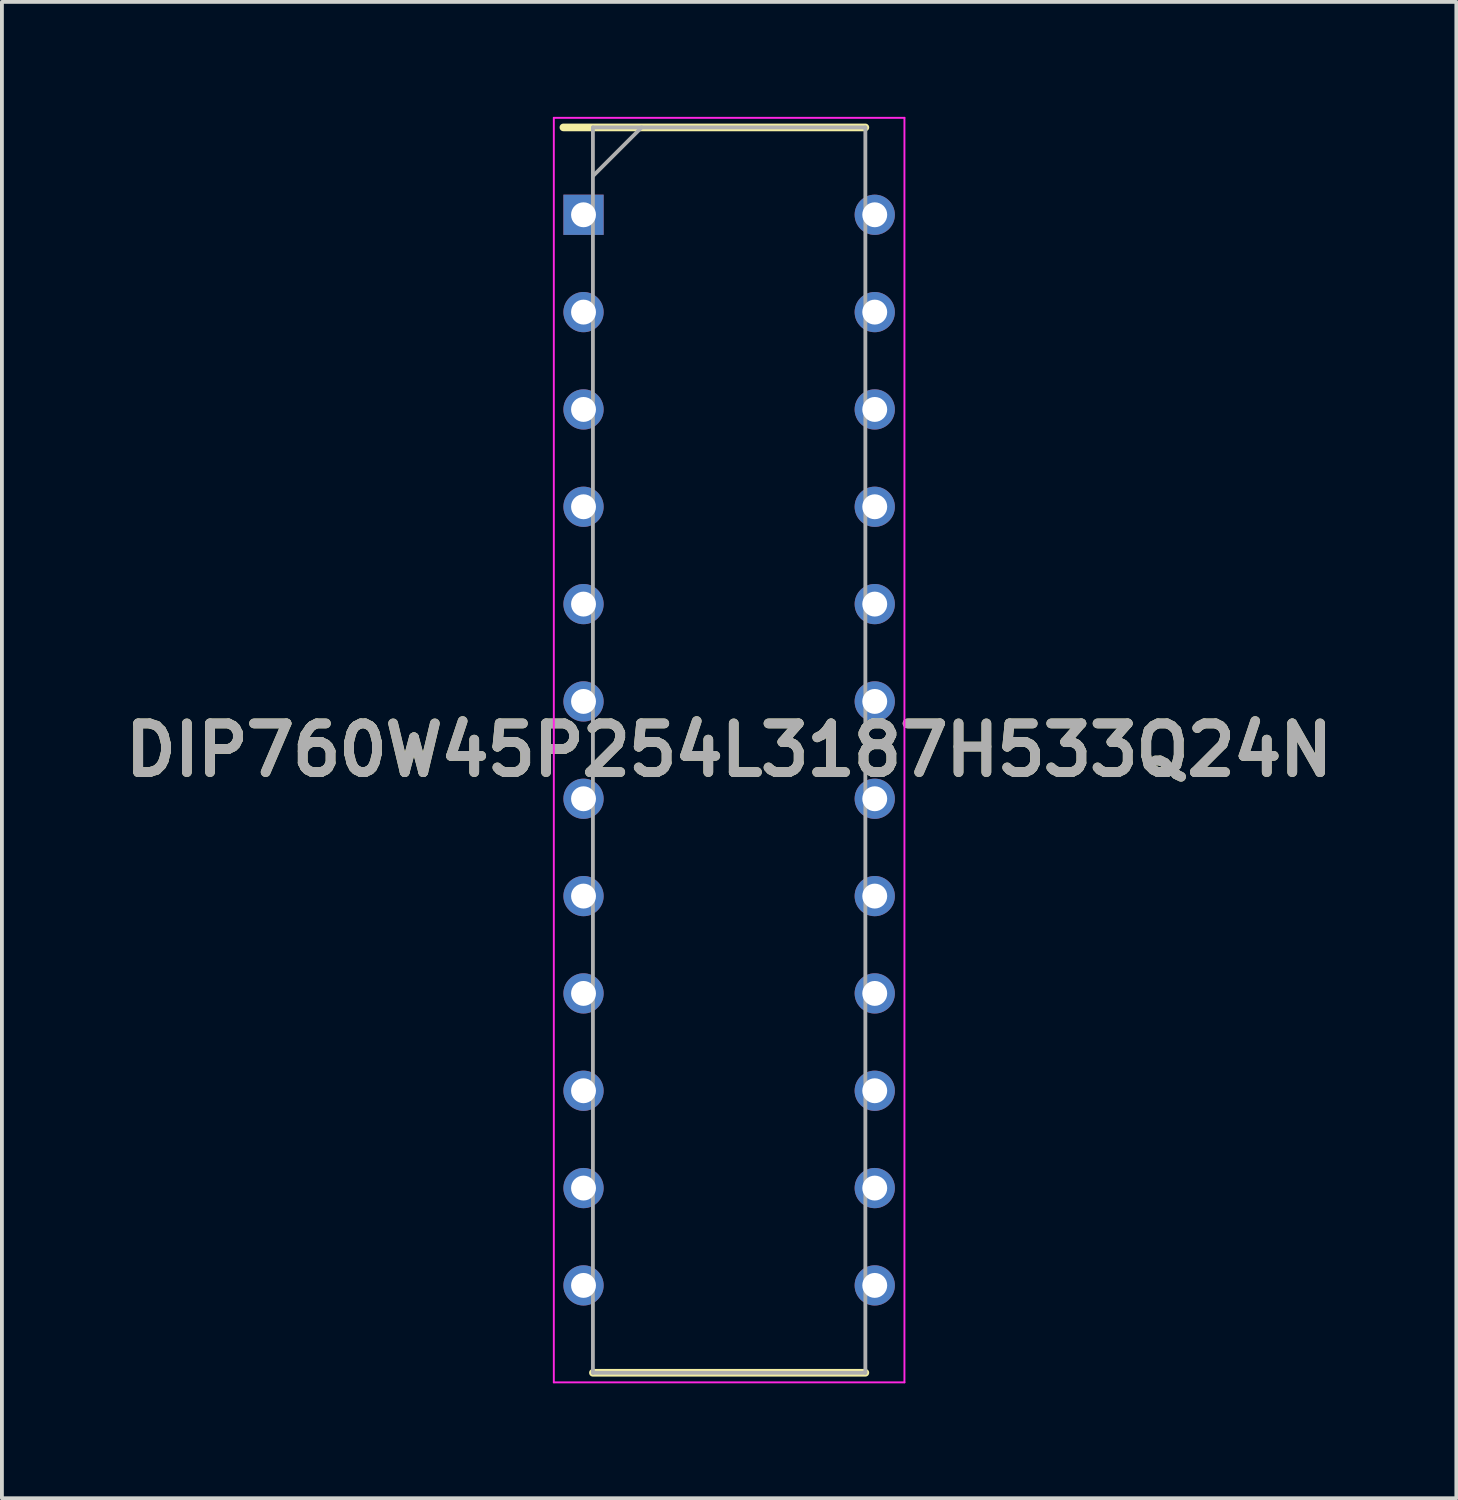
<source format=kicad_pcb>
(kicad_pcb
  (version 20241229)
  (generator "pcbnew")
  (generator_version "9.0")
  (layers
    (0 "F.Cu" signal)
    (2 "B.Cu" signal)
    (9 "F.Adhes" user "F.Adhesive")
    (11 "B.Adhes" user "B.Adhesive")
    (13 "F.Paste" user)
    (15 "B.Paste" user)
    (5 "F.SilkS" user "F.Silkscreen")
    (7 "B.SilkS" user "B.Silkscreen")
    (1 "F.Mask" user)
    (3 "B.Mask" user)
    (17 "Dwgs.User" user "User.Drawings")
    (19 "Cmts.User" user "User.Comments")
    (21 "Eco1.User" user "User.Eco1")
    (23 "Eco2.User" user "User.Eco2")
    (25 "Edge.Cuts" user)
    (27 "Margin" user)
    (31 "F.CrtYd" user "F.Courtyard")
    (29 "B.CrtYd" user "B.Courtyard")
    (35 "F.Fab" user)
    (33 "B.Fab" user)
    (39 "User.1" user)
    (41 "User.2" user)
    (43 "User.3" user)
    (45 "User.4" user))
  (footprint "DIP760W45P254L3187H533Q24N"
    (layer "F.Cu")
    (at 15.978 16.525)
    (property "Reference" "DIP760W45P254L3187H533Q24N" (at 0 0 0) (layer "F.SilkS") (effects (font (size 1.27 1.27) (thickness 0.254))))
    (attr through_hole)
    (fp_line (start -4.325 -16.25) (end 3.555 -16.25) (stroke (width 0.2) (type solid)) (layer "F.SilkS"))
    (fp_line (start -3.555 16.25) (end 3.555 16.25) (stroke (width 0.2) (type solid)) (layer "F.SilkS"))
    (fp_line (start -4.575 -16.5) (end 4.575 -16.5) (stroke (width 0.05) (type solid)) (layer "F.CrtYd"))
    (fp_line (start -4.575 16.5) (end -4.575 -16.5) (stroke (width 0.05) (type solid)) (layer "F.CrtYd"))
    (fp_line (start 4.575 -16.5) (end 4.575 16.5) (stroke (width 0.05) (type solid)) (layer "F.CrtYd"))
    (fp_line (start 4.575 16.5) (end -4.575 16.5) (stroke (width 0.05) (type solid)) (layer "F.CrtYd"))
    (fp_line (start -3.555 -16.25) (end 3.555 -16.25) (stroke (width 0.1) (type solid)) (layer "F.Fab"))
    (fp_line (start -3.555 -14.98) (end -2.285 -16.25) (stroke (width 0.1) (type solid)) (layer "F.Fab"))
    (fp_line (start -3.555 16.25) (end -3.555 -16.25) (stroke (width 0.1) (type solid)) (layer "F.Fab"))
    (fp_line (start 3.555 -16.25) (end 3.555 16.25) (stroke (width 0.1) (type solid)) (layer "F.Fab"))
    (fp_line (start 3.555 16.25) (end -3.555 16.25) (stroke (width 0.1) (type solid)) (layer "F.Fab"))
    (fp_text user "${REFERENCE}" (at 0 0 0) (layer "F.Fab") (effects (font (size 1.27 1.27) (thickness 0.254))))
    (pad "1" thru_hole rect (at -3.8 -13.97) (size 1.05 1.05) (drill 0.65) (layers "*.Cu" "*.Mask"))
    (pad "2" thru_hole circle (at -3.8 -11.43) (size 1.05 1.05) (drill 0.65) (layers "*.Cu" "*.Mask"))
    (pad "3" thru_hole circle (at -3.8 -8.89) (size 1.05 1.05) (drill 0.65) (layers "*.Cu" "*.Mask"))
    (pad "4" thru_hole circle (at -3.8 -6.35) (size 1.05 1.05) (drill 0.65) (layers "*.Cu" "*.Mask"))
    (pad "5" thru_hole circle (at -3.8 -3.81) (size 1.05 1.05) (drill 0.65) (layers "*.Cu" "*.Mask"))
    (pad "6" thru_hole circle (at -3.8 -1.27) (size 1.05 1.05) (drill 0.65) (layers "*.Cu" "*.Mask"))
    (pad "7" thru_hole circle (at -3.8 1.27) (size 1.05 1.05) (drill 0.65) (layers "*.Cu" "*.Mask"))
    (pad "8" thru_hole circle (at -3.8 3.81) (size 1.05 1.05) (drill 0.65) (layers "*.Cu" "*.Mask"))
    (pad "9" thru_hole circle (at -3.8 6.35) (size 1.05 1.05) (drill 0.65) (layers "*.Cu" "*.Mask"))
    (pad "10" thru_hole circle (at -3.8 8.89) (size 1.05 1.05) (drill 0.65) (layers "*.Cu" "*.Mask"))
    (pad "11" thru_hole circle (at -3.8 11.43) (size 1.05 1.05) (drill 0.65) (layers "*.Cu" "*.Mask"))
    (pad "12" thru_hole circle (at -3.8 13.97) (size 1.05 1.05) (drill 0.65) (layers "*.Cu" "*.Mask"))
    (pad "13" thru_hole circle (at 3.8 13.97) (size 1.05 1.05) (drill 0.65) (layers "*.Cu" "*.Mask"))
    (pad "14" thru_hole circle (at 3.8 11.43) (size 1.05 1.05) (drill 0.65) (layers "*.Cu" "*.Mask"))
    (pad "15" thru_hole circle (at 3.8 8.89) (size 1.05 1.05) (drill 0.65) (layers "*.Cu" "*.Mask"))
    (pad "16" thru_hole circle (at 3.8 6.35) (size 1.05 1.05) (drill 0.65) (layers "*.Cu" "*.Mask"))
    (pad "17" thru_hole circle (at 3.8 3.81) (size 1.05 1.05) (drill 0.65) (layers "*.Cu" "*.Mask"))
    (pad "18" thru_hole circle (at 3.8 1.27) (size 1.05 1.05) (drill 0.65) (layers "*.Cu" "*.Mask"))
    (pad "19" thru_hole circle (at 3.8 -1.27) (size 1.05 1.05) (drill 0.65) (layers "*.Cu" "*.Mask"))
    (pad "20" thru_hole circle (at 3.8 -3.81) (size 1.05 1.05) (drill 0.65) (layers "*.Cu" "*.Mask"))
    (pad "21" thru_hole circle (at 3.8 -6.35) (size 1.05 1.05) (drill 0.65) (layers "*.Cu" "*.Mask"))
    (pad "22" thru_hole circle (at 3.8 -8.89) (size 1.05 1.05) (drill 0.65) (layers "*.Cu" "*.Mask"))
    (pad "23" thru_hole circle (at 3.8 -11.43) (size 1.05 1.05) (drill 0.65) (layers "*.Cu" "*.Mask"))
    (pad "24" thru_hole circle (at 3.8 -13.97) (size 1.05 1.05) (drill 0.65) (layers "*.Cu" "*.Mask")))
  (gr_rect
    (start -3 -3)
    (end 34.956 36.05)
    (stroke (width 0.1) (type default))
    (fill no)
    (layer "Edge.Cuts")))
</source>
